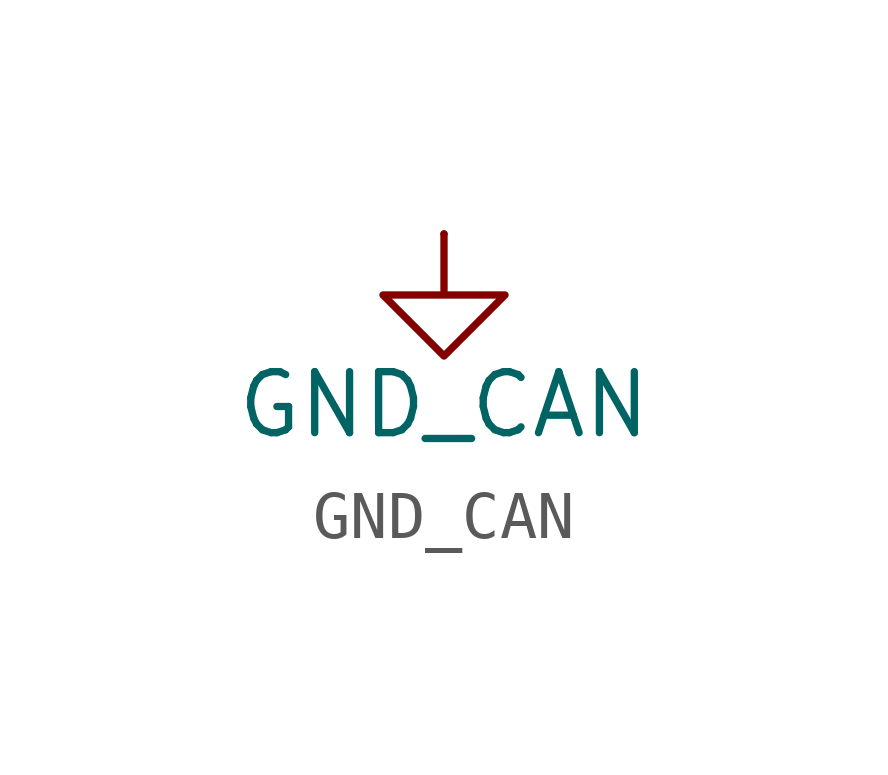
<source format=kicad_sym>
(kicad_symbol_lib
  (version 20231120)
  (generator "kicad_symbol_editor")
  (generator_version "8.0")
  (symbol "GND_CAN"
    (power)
    (pin_numbers hide)
    (pin_names
      (offset 0) hide)
    (property "Reference" "#PWR"
      (at 0 -5.588 0)
      (effects (font (size 1.27 1.27)) (hide yes)))
    (property "Value" "GND_CAN"
      (at 0 -3.556 0)
      (effects (font (size 1.27 1.27))))
    (symbol "GND_CAN_0_1"
      (polyline (pts (xy 0 0) (xy 0 -1.27) (xy 1.27 -1.27) (xy 0 -2.54) (xy -1.27 -1.27) (xy 0 -1.27)) (stroke (width 0) (type default)) (fill (type none))))
    (symbol "GND_CAN_1_1"
      (pin power_in line (at 0 0 270) (length 0) (name "~" (effects (font (size 1.27 1.27)))) (number "1" (effects (font (size 1.27 1.27))))))))
</source>
